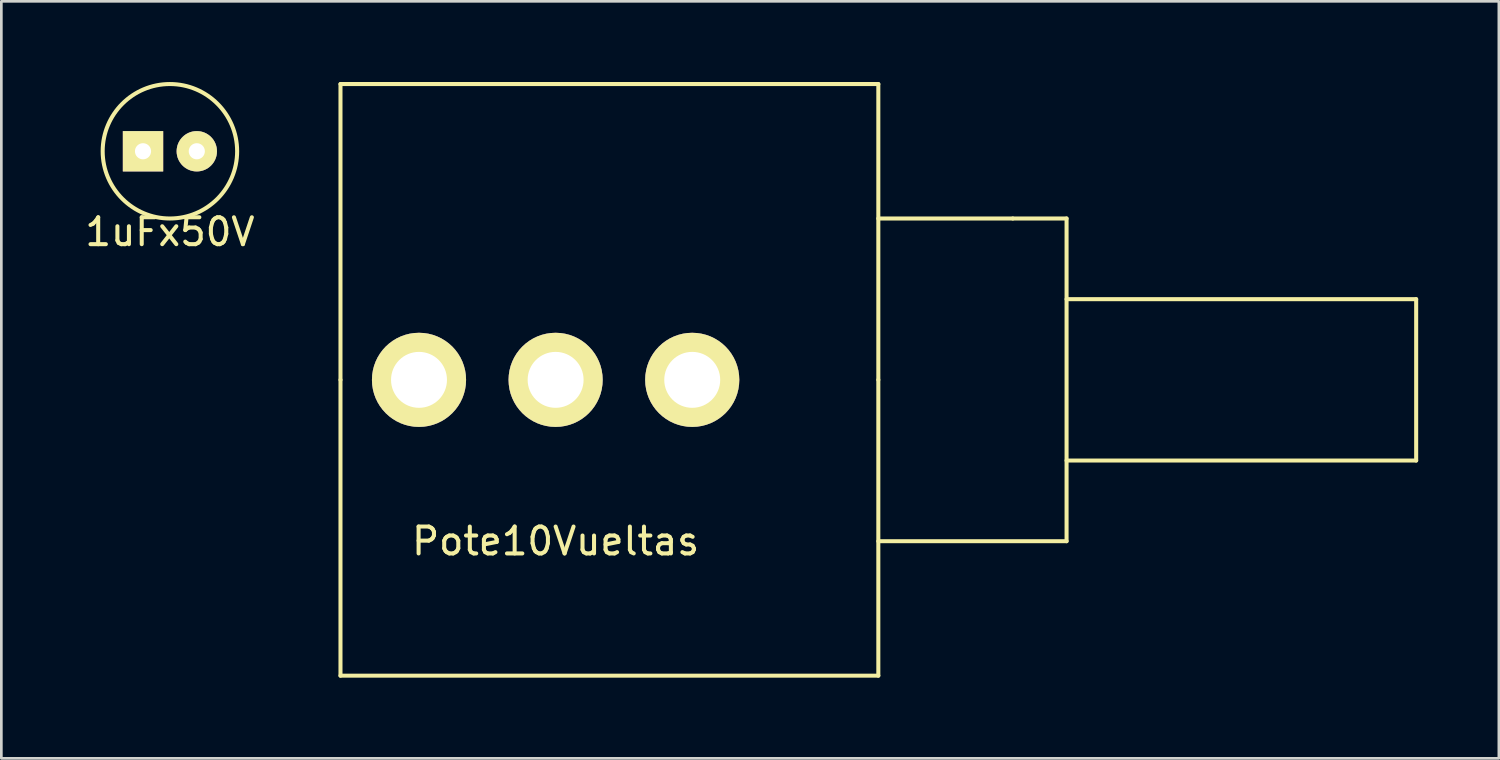
<source format=kicad_pcb>
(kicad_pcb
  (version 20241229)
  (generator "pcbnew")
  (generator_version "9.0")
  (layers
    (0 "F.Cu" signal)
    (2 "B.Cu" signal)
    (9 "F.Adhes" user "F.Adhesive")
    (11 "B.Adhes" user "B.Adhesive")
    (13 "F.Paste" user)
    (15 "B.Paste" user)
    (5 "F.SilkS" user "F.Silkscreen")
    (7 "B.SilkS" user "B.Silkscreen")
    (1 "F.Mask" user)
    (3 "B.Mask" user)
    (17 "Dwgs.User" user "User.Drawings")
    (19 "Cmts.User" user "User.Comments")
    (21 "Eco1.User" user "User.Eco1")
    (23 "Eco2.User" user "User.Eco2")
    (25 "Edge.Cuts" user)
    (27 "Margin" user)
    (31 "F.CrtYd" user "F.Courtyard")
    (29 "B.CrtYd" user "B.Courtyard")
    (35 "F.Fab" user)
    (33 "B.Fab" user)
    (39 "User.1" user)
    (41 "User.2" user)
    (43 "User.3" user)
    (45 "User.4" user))
  (footprint "1uFx50V"
    (layer "F.Cu")
    (at 3.268 2.575)
    (property "Reference" "1uFx50V" (at 0 3 0) (layer "F.SilkS") (effects (font (size 1 1) (thickness 0.15))))
    (attr through_hole)
    (fp_circle (center 0 0) (end 2.5 0) (stroke (width 0.15) (type solid)) (fill no) (layer "F.SilkS"))
    (pad "1" thru_hole rect (at -1 0) (size 1.5 1.5) (drill 0.6) (layers "*.Cu" "*.Mask" "F.SilkS"))
    (pad "2" thru_hole circle (at 1 0) (size 1.5 1.5) (drill 0.6) (layers "*.Cu" "*.Mask" "F.SilkS")))
  (footprint "Pote10Vueltas"
    (layer "F.Cu")
    (at 17.611 11.075)
    (property "Reference" "Pote10Vueltas" (at 0 6 0) (layer "F.SilkS") (effects (font (size 1 1) (thickness 0.15))))
    (attr through_hole)
    (fp_line (start -8 -11) (end 12 -11) (stroke (width 0.15) (type solid)) (layer "F.SilkS"))
    (fp_line (start -8 0) (end -8 -11) (stroke (width 0.15) (type solid)) (layer "F.SilkS"))
    (fp_line (start -8 0) (end -8 11) (stroke (width 0.15) (type solid)) (layer "F.SilkS"))
    (fp_line (start -8 11) (end 12 11) (stroke (width 0.15) (type solid)) (layer "F.SilkS"))
    (fp_line (start 12 -6) (end 17 -6) (stroke (width 0.15) (type solid)) (layer "F.SilkS"))
    (fp_line (start 12 0) (end 12 -11) (stroke (width 0.15) (type solid)) (layer "F.SilkS"))
    (fp_line (start 12 0) (end 12 11) (stroke (width 0.15) (type solid)) (layer "F.SilkS"))
    (fp_line (start 19 -6) (end 17 -6) (stroke (width 0.15) (type solid)) (layer "F.SilkS"))
    (fp_line (start 19 -6) (end 19 6) (stroke (width 0.15) (type solid)) (layer "F.SilkS"))
    (fp_line (start 19 -3) (end 32 -3) (stroke (width 0.15) (type solid)) (layer "F.SilkS"))
    (fp_line (start 19 6) (end 12 6) (stroke (width 0.15) (type solid)) (layer "F.SilkS"))
    (fp_line (start 32 -3) (end 32 3) (stroke (width 0.15) (type solid)) (layer "F.SilkS"))
    (fp_line (start 32 3) (end 19 3) (stroke (width 0.15) (type solid)) (layer "F.SilkS"))
    (pad "1" thru_hole circle (at 0 0) (size 3.5 3.5) (drill 2.08) (layers "*.Cu" "*.Mask" "F.SilkS"))
    (pad "2" thru_hole circle (at -5.08 0) (size 3.5 3.5) (drill 2.08) (layers "*.Cu" "*.Mask" "F.SilkS"))
    (pad "3" thru_hole circle (at 5.08 0) (size 3.5 3.5) (drill 2.08) (layers "*.Cu" "*.Mask" "F.SilkS")))
  (gr_rect
    (start -3 -3)
    (end 52.686 25.15)
    (stroke (width 0.1) (type default))
    (fill no)
    (layer "Edge.Cuts")))
</source>
